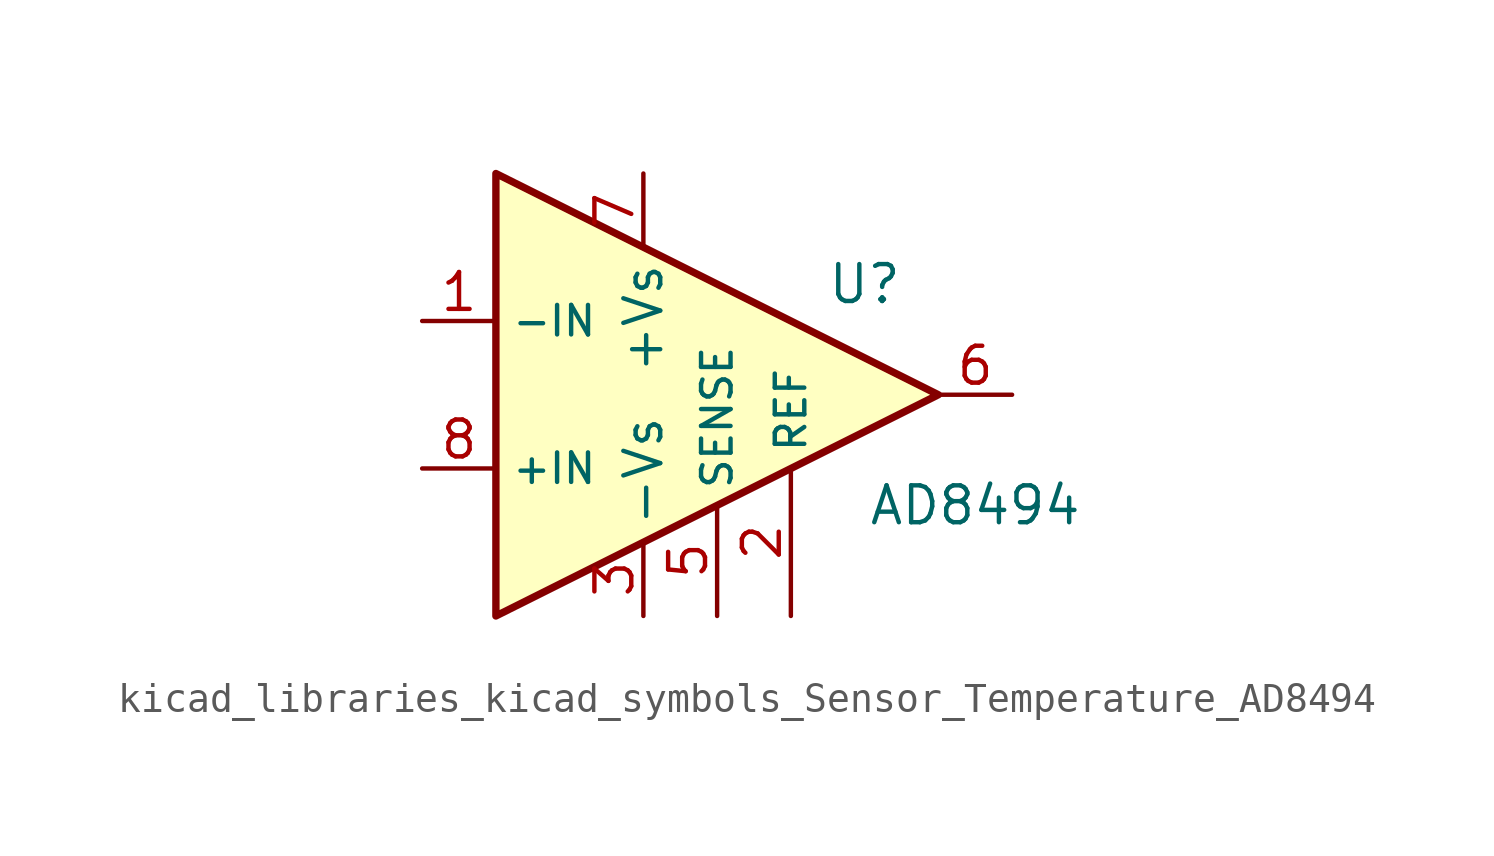
<source format=kicad_sym>
(kicad_symbol_lib
  (version 20220914)
  (generator kicad_symbol_editor)
  (symbol "kicad_libraries_kicad_symbols_Sensor_Temperature_AD8494"
    (property "Reference" "U"
      (at 5.08 3.81 0)
      (effects (font (size 1.27 1.27))))
    (property "Value" "AD8494"
      (at 8.89 -3.81 0)
      (effects (font (size 1.27 1.27))))
    (symbol "kicad_libraries_kicad_symbols_Sensor_Temperature_AD8494_0_1"
      (polyline (pts (xy -7.62 7.62) (xy 7.62 0) (xy -7.62 -7.62) (xy -7.62 7.62)) (stroke (width 0.254) (type default)) (fill (type background))))
    (symbol "kicad_libraries_kicad_symbols_Sensor_Temperature_AD8494_1_1"
      (pin input line (at -10.16 2.54 0) (length 2.54) (name "-IN" (effects (font (size 1.016 1.016)))) (number "1" (effects (font (size 1.27 1.27)))))
      (pin input line (at 2.54 -7.62 90) (length 5.08) (name "REF" (effects (font (size 1.016 1.016)))) (number "2" (effects (font (size 1.27 1.27)))))
      (pin power_in line (at -2.54 -7.62 90) (length 2.54) (name "-Vs" (effects (font (size 1.27 1.27)))) (number "3" (effects (font (size 1.27 1.27)))))
      (pin no_connect line (at -5.08 0 180) (length 2.54) hide (name "NC" (effects (font (size 1.27 1.27)))) (number "4" (effects (font (size 1.27 1.27)))))
      (pin passive line (at 0 -7.62 90) (length 3.81) (name "SENSE" (effects (font (size 1.016 1.016)))) (number "5" (effects (font (size 1.27 1.27)))))
      (pin output line (at 10.16 0 180) (length 2.54) (name "~" (effects (font (size 1.27 1.27)))) (number "6" (effects (font (size 1.27 1.27)))))
      (pin power_in line (at -2.54 7.62 270) (length 2.54) (name "+Vs" (effects (font (size 1.27 1.27)))) (number "7" (effects (font (size 1.27 1.27)))))
      (pin input line (at -10.16 -2.54 0) (length 2.54) (name "+IN" (effects (font (size 1.016 1.016)))) (number "8" (effects (font (size 1.27 1.27))))))))
</source>
